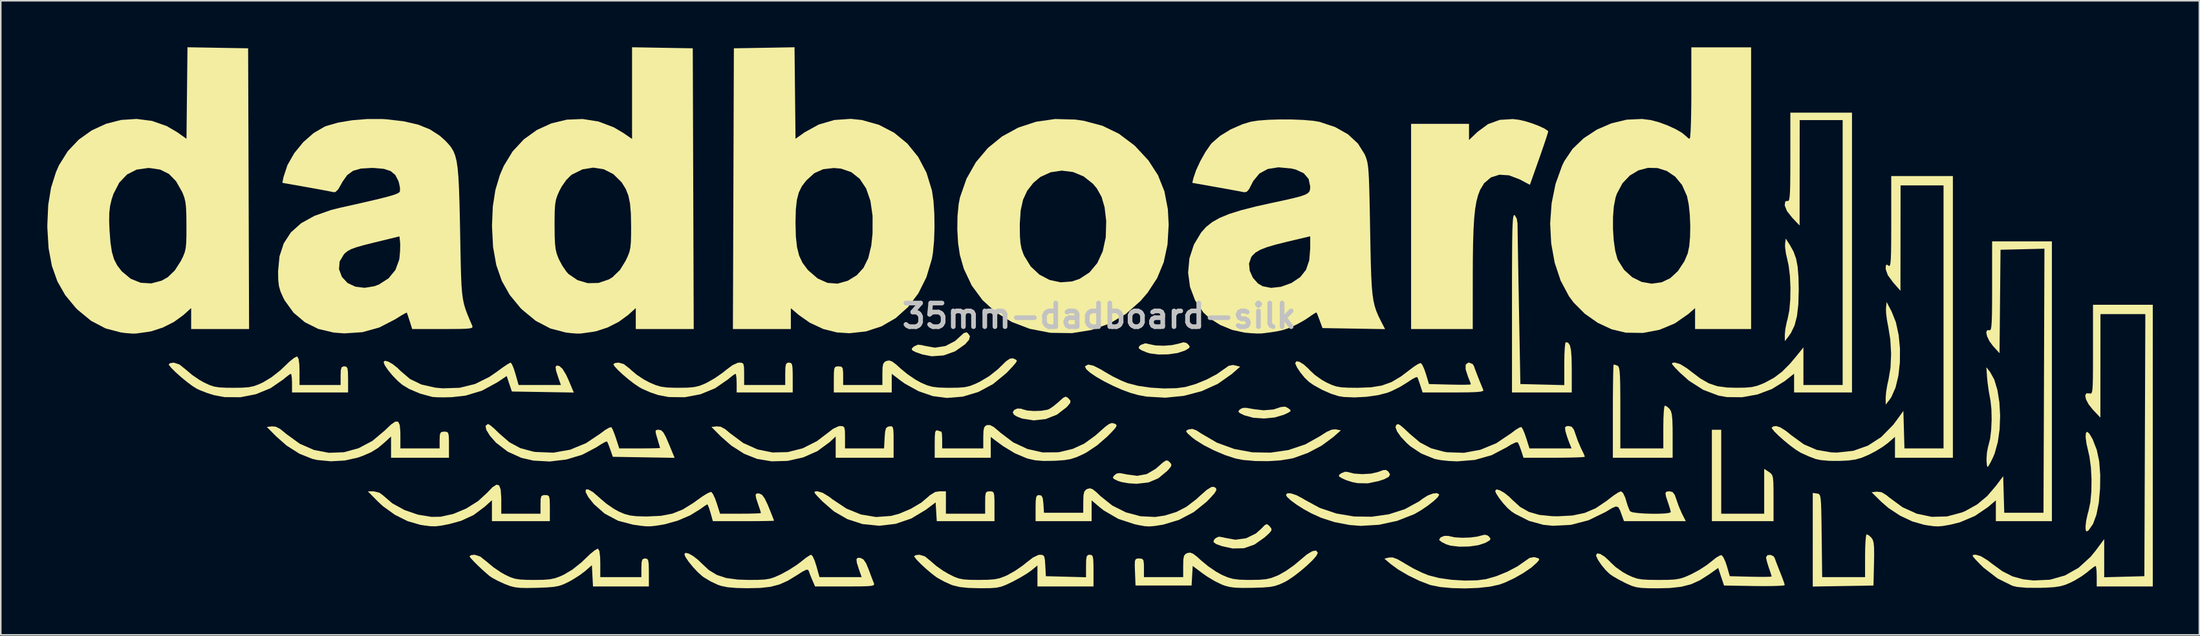
<source format=kicad_pcb>
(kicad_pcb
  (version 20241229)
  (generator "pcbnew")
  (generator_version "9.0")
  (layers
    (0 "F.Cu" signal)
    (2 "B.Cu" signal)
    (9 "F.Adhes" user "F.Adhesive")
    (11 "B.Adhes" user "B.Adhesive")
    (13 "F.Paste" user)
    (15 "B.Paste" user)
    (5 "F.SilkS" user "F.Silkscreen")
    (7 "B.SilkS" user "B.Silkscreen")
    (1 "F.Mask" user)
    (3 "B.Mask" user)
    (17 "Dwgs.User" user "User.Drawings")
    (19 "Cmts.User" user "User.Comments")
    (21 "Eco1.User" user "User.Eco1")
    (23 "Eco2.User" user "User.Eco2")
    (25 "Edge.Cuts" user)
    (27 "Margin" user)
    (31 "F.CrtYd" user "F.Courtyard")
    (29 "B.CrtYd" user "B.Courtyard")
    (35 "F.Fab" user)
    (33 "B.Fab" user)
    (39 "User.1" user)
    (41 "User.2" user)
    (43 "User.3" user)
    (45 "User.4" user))
  (footprint "35mm-dadboard-silk"
    (layer "F.Cu")
    (at 67.771 17.341)
    (property "Reference" "35mm-dadboard-silk" (at 0 0 0) (layer "Dwgs.User") (effects (font (size 1.524 1.524) (thickness 0.3))))
    (attr board_only exclude_from_pos_files exclude_from_bom)
    (fp_poly (pts (xy 40.086 12.76) (xy 42.855 12.76) (xy 42.855 9.866) (xy 43.156 10.063) (xy 43.281 10.154) (xy 43.366 10.264) (xy 43.418 10.438) (xy 43.445 10.72) (xy 43.455 11.156) (xy 43.457 11.751) (xy 43.457 13.242) (xy 39.484 13.242) (xy 39.484 7.343) (xy 40.086 7.343)) (stroke (width 0) (type solid)) (fill yes) (layer "F.SilkS"))
    (fp_poly (pts (xy -8.466 1.1) (xy -8.322 1.302) (xy -8.378 1.534) (xy -8.637 1.83) (xy -9.283 2.283) (xy -10.015 2.545) (xy -10.778 2.601) (xy -11.389 2.484) (xy -11.816 2.334) (xy -12.037 2.219) (xy -12.076 2.113) (xy -11.961 1.992) (xy -11.922 1.964) (xy -11.672 1.851) (xy -11.378 1.888) (xy -11.293 1.916) (xy -10.584 2.045) (xy -9.903 1.941) (xy -9.282 1.615) (xy -8.978 1.341) (xy -8.726 1.11) (xy -8.555 1.056)) (stroke (width 0) (type solid)) (fill yes) (layer "F.SilkS"))
    (fp_poly (pts (xy 12.182 5.95) (xy 12.326 6.064) (xy 12.33 6.15) (xy 12.167 6.254) (xy 11.909 6.374) (xy 11.315 6.55) (xy 10.623 6.616) (xy 9.936 6.569) (xy 9.355 6.41) (xy 9.344 6.405) (xy 9.062 6.266) (xy 8.971 6.167) (xy 9.039 6.061) (xy 9.077 6.028) (xy 9.241 5.938) (xy 9.471 5.926) (xy 9.841 5.989) (xy 9.928 6.008) (xy 10.601 6.087) (xy 11.241 6.033) (xy 11.709 5.877) (xy 11.988 5.851)) (stroke (width 0) (type solid)) (fill yes) (layer "F.SilkS"))
    (fp_poly (pts (xy 51.069 -0.28) (xy 51.341 0.407) (xy 51.518 1.218) (xy 51.604 2.1) (xy 51.598 2.997) (xy 51.503 3.854) (xy 51.32 4.617) (xy 51.051 5.23) (xy 50.923 5.417) (xy 50.685 5.718) (xy 50.682 5.272) (xy 50.712 4.9) (xy 50.792 4.428) (xy 50.86 4.134) (xy 50.993 3.352) (xy 51.033 2.447) (xy 50.981 1.516) (xy 50.852 0.723) (xy 50.761 0.239) (xy 50.707 -0.209) (xy 50.703 -0.505) (xy 50.742 -0.903)) (stroke (width 0) (type solid)) (fill yes) (layer "F.SilkS"))
    (fp_poly (pts (xy 5.623 1.738) (xy 5.734 1.83) (xy 5.841 1.967) (xy 5.795 2.074) (xy 5.565 2.213) (xy 5.523 2.234) (xy 5.059 2.39) (xy 4.464 2.476) (xy 3.839 2.487) (xy 3.285 2.417) (xy 3.091 2.361) (xy 2.719 2.207) (xy 2.554 2.086) (xy 2.572 1.969) (xy 2.691 1.864) (xy 2.981 1.763) (xy 3.21 1.813) (xy 3.618 1.899) (xy 4.148 1.921) (xy 4.69 1.882) (xy 5.135 1.782) (xy 5.139 1.781) (xy 5.435 1.699)) (stroke (width 0) (type solid)) (fill yes) (layer "F.SilkS"))
    (fp_poly (pts (xy 18.634 10.035) (xy 18.635 10.037) (xy 18.746 10.222) (xy 18.663 10.383) (xy 18.369 10.537) (xy 18.03 10.65) (xy 17.314 10.801) (xy 16.658 10.789) (xy 16.311 10.722) (xy 15.939 10.603) (xy 15.658 10.478) (xy 15.459 10.356) (xy 15.461 10.262) (xy 15.594 10.154) (xy 15.846 10.052) (xy 16.007 10.066) (xy 16.426 10.171) (xy 16.965 10.207) (xy 17.513 10.175) (xy 17.959 10.074) (xy 17.993 10.061) (xy 18.307 9.946) (xy 18.492 9.939)) (stroke (width 0) (type solid)) (fill yes) (layer "F.SilkS"))
    (fp_poly (pts (xy 10.928 13.509) (xy 10.998 13.585) (xy 11.102 13.722) (xy 11.103 13.845) (xy 10.973 14.009) (xy 10.687 14.27) (xy 10.666 14.289) (xy 10.01 14.753) (xy 9.334 14.989) (xy 8.601 15.005) (xy 7.915 14.855) (xy 7.533 14.716) (xy 7.369 14.588) (xy 7.403 14.444) (xy 7.521 14.327) (xy 7.725 14.241) (xy 8.022 14.293) (xy 8.081 14.312) (xy 8.787 14.44) (xy 9.477 14.344) (xy 10.102 14.036) (xy 10.453 13.725) (xy 10.672 13.498) (xy 10.806 13.433)) (stroke (width 0) (type solid)) (fill yes) (layer "F.SilkS"))
    (fp_poly (pts (xy 25.041 14.167) (xy 25.124 14.239) (xy 25.222 14.371) (xy 25.166 14.48) (xy 24.923 14.624) (xy 24.903 14.635) (xy 24.437 14.792) (xy 23.84 14.878) (xy 23.21 14.889) (xy 22.645 14.822) (xy 22.36 14.735) (xy 22.078 14.59) (xy 21.921 14.465) (xy 21.909 14.437) (xy 22.011 14.284) (xy 22.249 14.191) (xy 22.518 14.194) (xy 22.571 14.211) (xy 22.911 14.284) (xy 23.389 14.313) (xy 23.905 14.297) (xy 24.361 14.239) (xy 24.55 14.189) (xy 24.848 14.115)) (stroke (width 0) (type solid)) (fill yes) (layer "F.SilkS"))
    (fp_poly (pts (xy 44.514 -4.574) (xy 44.746 -4.155) (xy 44.908 -3.706) (xy 45.011 -3.173) (xy 45.065 -2.504) (xy 45.081 -1.685) (xy 45.054 -0.739) (xy 44.967 0.014) (xy 44.811 0.614) (xy 44.576 1.101) (xy 44.42 1.324) (xy 44.185 1.625) (xy 44.183 1.204) (xy 44.219 0.832) (xy 44.311 0.378) (xy 44.365 0.181) (xy 44.475 -0.363) (xy 44.535 -1.062) (xy 44.548 -1.833) (xy 44.512 -2.596) (xy 44.427 -3.27) (xy 44.355 -3.595) (xy 44.254 -4.038) (xy 44.201 -4.443) (xy 44.201 -4.644) (xy 44.244 -4.996)) (stroke (width 0) (type solid)) (fill yes) (layer "F.SilkS"))
    (fp_poly (pts (xy -2.028 5.268) (xy -1.961 5.331) (xy -1.846 5.473) (xy -1.859 5.607) (xy -2.02 5.807) (xy -2.105 5.897) (xy -2.716 6.368) (xy -3.44 6.653) (xy -4.222 6.738) (xy -4.973 6.619) (xy -5.285 6.494) (xy -5.488 6.372) (xy -5.564 6.21) (xy -5.468 6.063) (xy -5.265 5.972) (xy -5.021 5.982) (xy -4.946 6.014) (xy -4.636 6.1) (xy -4.196 6.134) (xy -3.728 6.118) (xy -3.338 6.052) (xy -3.212 6.005) (xy -2.959 5.837) (xy -2.649 5.582) (xy -2.557 5.498) (xy -2.308 5.277) (xy -2.155 5.206)) (stroke (width 0) (type solid)) (fill yes) (layer "F.SilkS"))
    (fp_poly (pts (xy 4.427 9.334) (xy 4.544 9.428) (xy 4.654 9.568) (xy 4.639 9.703) (xy 4.476 9.907) (xy 4.388 10.001) (xy 3.817 10.475) (xy 3.18 10.744) (xy 2.421 10.829) (xy 2.382 10.829) (xy 1.901 10.797) (xy 1.451 10.72) (xy 1.212 10.645) (xy 0.952 10.518) (xy 0.884 10.419) (xy 0.975 10.289) (xy 0.992 10.272) (xy 1.145 10.162) (xy 1.344 10.14) (xy 1.674 10.202) (xy 1.757 10.223) (xy 2.46 10.316) (xy 3.07 10.203) (xy 3.635 9.871) (xy 3.815 9.717) (xy 4.115 9.451) (xy 4.3 9.33)) (stroke (width 0) (type solid)) (fill yes) (layer "F.SilkS"))
    (fp_poly (pts (xy 46.256 11.458) (xy 46.344 11.475) (xy 46.41 11.52) (xy 46.46 11.621) (xy 46.494 11.808) (xy 46.518 12.112) (xy 46.534 12.562) (xy 46.546 13.188) (xy 46.557 14.021) (xy 46.559 14.175) (xy 46.591 16.853) (xy 49.355 16.853) (xy 49.355 15.469) (xy 49.364 14.924) (xy 49.386 14.48) (xy 49.419 14.184) (xy 49.457 14.084) (xy 49.608 14.165) (xy 49.762 14.309) (xy 49.85 14.442) (xy 49.906 14.64) (xy 49.935 14.947) (xy 49.941 15.409) (xy 49.931 15.964) (xy 49.897 17.395) (xy 47.941 17.428) (xy 45.985 17.461) (xy 45.985 11.419)) (stroke (width 0) (type solid)) (fill yes) (layer "F.SilkS"))
    (fp_poly (pts (xy 57.404 3.604) (xy 57.681 4.105) (xy 57.884 4.781) (xy 58.01 5.577) (xy 58.058 6.438) (xy 58.025 7.31) (xy 57.908 8.138) (xy 57.707 8.868) (xy 57.613 9.097) (xy 57.444 9.444) (xy 57.309 9.681) (xy 57.247 9.751) (xy 57.207 9.643) (xy 57.183 9.371) (xy 57.18 9.217) (xy 57.21 8.798) (xy 57.284 8.42) (xy 57.308 8.346) (xy 57.414 7.915) (xy 57.483 7.328) (xy 57.511 6.667) (xy 57.496 6.015) (xy 57.435 5.453) (xy 57.416 5.357) (xy 57.32 4.821) (xy 57.243 4.251) (xy 57.217 3.973) (xy 57.17 3.31)) (stroke (width 0) (type solid)) (fill yes) (layer "F.SilkS"))
    (fp_poly (pts (xy 63.806 7.593) (xy 64.005 7.93) (xy 64.026 7.975) (xy 64.284 8.64) (xy 64.442 9.381) (xy 64.508 10.252) (xy 64.498 11.125) (xy 64.418 12.046) (xy 64.264 12.821) (xy 64.044 13.422) (xy 63.766 13.82) (xy 63.728 13.855) (xy 63.615 13.908) (xy 63.568 13.787) (xy 63.561 13.587) (xy 63.6 13.227) (xy 63.696 12.781) (xy 63.754 12.58) (xy 63.871 12.027) (xy 63.935 11.32) (xy 63.947 10.54) (xy 63.906 9.766) (xy 63.813 9.08) (xy 63.756 8.83) (xy 63.624 8.248) (xy 63.567 7.817) (xy 63.583 7.553) (xy 63.664 7.472)) (stroke (width 0) (type solid)) (fill yes) (layer "F.SilkS"))
    (fp_poly (pts (xy 33.296 3.167) (xy 33.395 3.203) (xy 33.458 3.253) (xy 33.506 3.369) (xy 33.54 3.579) (xy 33.563 3.914) (xy 33.577 4.403) (xy 33.584 5.074) (xy 33.586 5.911) (xy 33.586 8.547) (xy 36.355 8.547) (xy 36.355 7.163) (xy 36.363 6.618) (xy 36.385 6.174) (xy 36.418 5.878) (xy 36.456 5.778) (xy 36.607 5.858) (xy 36.757 5.998) (xy 36.845 6.138) (xy 36.903 6.358) (xy 36.938 6.7) (xy 36.954 7.21) (xy 36.956 7.684) (xy 36.956 9.149) (xy 33.104 9.149) (xy 33.104 6.139) (xy 33.106 5.317) (xy 33.112 4.58) (xy 33.12 3.961) (xy 33.131 3.492) (xy 33.143 3.206) (xy 33.155 3.13)) (stroke (width 0) (type solid)) (fill yes) (layer "F.SilkS"))
    (fp_poly (pts (xy 6.271 7.383) (xy 6.58 7.585) (xy 7.598 8.179) (xy 8.708 8.583) (xy 9.87 8.798) (xy 11.047 8.82) (xy 12.197 8.651) (xy 13.283 8.288) (xy 14.214 7.767) (xy 14.66 7.481) (xy 14.983 7.337) (xy 15.233 7.315) (xy 15.261 7.32) (xy 15.578 7.381) (xy 15.08 7.822) (xy 14.335 8.37) (xy 13.456 8.835) (xy 12.55 9.163) (xy 12.388 9.204) (xy 11.694 9.317) (xy 10.885 9.369) (xy 10.052 9.361) (xy 9.286 9.294) (xy 8.788 9.198) (xy 8.124 8.981) (xy 7.418 8.682) (xy 6.749 8.341) (xy 6.195 7.994) (xy 5.971 7.819) (xy 5.707 7.581) (xy 5.607 7.449) (xy 5.653 7.373) (xy 5.789 7.316) (xy 6.01 7.287)) (stroke (width 0) (type solid)) (fill yes) (layer "F.SilkS"))
    (fp_poly (pts (xy -0.37 3.205) (xy 0.119 3.452) (xy 0.36 3.601) (xy 0.868 3.895) (xy 1.436 4.172) (xy 1.839 4.335) (xy 2.511 4.509) (xy 3.321 4.625) (xy 4.175 4.677) (xy 4.977 4.66) (xy 5.546 4.585) (xy 6.217 4.393) (xy 6.924 4.104) (xy 7.574 3.761) (xy 8.037 3.437) (xy 8.346 3.22) (xy 8.606 3.164) (xy 8.76 3.189) (xy 9.089 3.273) (xy 8.547 3.748) (xy 7.65 4.38) (xy 6.609 4.852) (xy 5.469 5.153) (xy 4.271 5.274) (xy 3.062 5.204) (xy 2.544 5.111) (xy 2.033 4.968) (xy 1.467 4.759) (xy 0.886 4.502) (xy 0.327 4.221) (xy -0.171 3.936) (xy -0.568 3.668) (xy -0.826 3.438) (xy -0.907 3.268) (xy -0.896 3.24) (xy -0.706 3.135)) (stroke (width 0) (type solid)) (fill yes) (layer "F.SilkS"))
    (fp_poly (pts (xy 21.899 11.502) (xy 21.909 11.548) (xy 21.814 11.704) (xy 21.563 11.941) (xy 21.207 12.22) (xy 20.8 12.501) (xy 20.392 12.743) (xy 20.284 12.8) (xy 19.206 13.222) (xy 18.037 13.475) (xy 16.859 13.546) (xy 16.131 13.488) (xy 15.166 13.303) (xy 14.31 13.025) (xy 13.666 12.733) (xy 13.183 12.467) (xy 12.731 12.18) (xy 12.359 11.906) (xy 12.113 11.679) (xy 12.038 11.546) (xy 12.131 11.439) (xy 12.375 11.451) (xy 12.722 11.568) (xy 13.12 11.779) (xy 13.228 11.848) (xy 14.215 12.386) (xy 15.294 12.749) (xy 16.423 12.939) (xy 17.56 12.956) (xy 18.665 12.799) (xy 19.695 12.47) (xy 20.611 11.969) (xy 20.849 11.791) (xy 21.166 11.59) (xy 21.49 11.465) (xy 21.756 11.43)) (stroke (width 0) (type solid)) (fill yes) (layer "F.SilkS"))
    (fp_poly (pts (xy 27.037 -12.664) (xy 27.452 -12.57) (xy 27.908 -12.427) (xy 28.344 -12.26) (xy 28.697 -12.095) (xy 28.906 -11.955) (xy 28.936 -11.909) (xy 28.903 -11.777) (xy 28.803 -11.461) (xy 28.649 -11.001) (xy 28.455 -10.438) (xy 28.355 -10.153) (xy 27.759 -8.465) (xy 27.091 -8.818) (xy 26.414 -9.076) (xy 25.792 -9.116) (xy 25.25 -8.944) (xy 24.808 -8.567) (xy 24.548 -8.133) (xy 24.419 -7.791) (xy 24.314 -7.392) (xy 24.232 -6.91) (xy 24.17 -6.316) (xy 24.126 -5.585) (xy 24.097 -4.689) (xy 24.082 -3.601) (xy 24.078 -2.558) (xy 24.076 0.843) (xy 20.103 0.843) (xy 20.103 -12.399) (xy 23.835 -12.399) (xy 23.835 -11.357) (xy 24.375 -11.874) (xy 25.057 -12.379) (xy 25.816 -12.656) (xy 26.657 -12.709)) (stroke (width 0) (type solid)) (fill yes) (layer "F.SilkS"))
    (fp_poly (pts (xy 26.783 -6.501) (xy 26.911 -6.281) (xy 26.961 -5.975) (xy 26.963 -5.775) (xy 26.969 -5.363) (xy 26.978 -4.764) (xy 26.991 -4.008) (xy 27.006 -3.121) (xy 27.024 -2.132) (xy 27.044 -1.068) (xy 27.052 -0.602) (xy 27.145 4.394) (xy 29.974 4.462) (xy 29.974 3.073) (xy 29.982 2.528) (xy 30.003 2.083) (xy 30.035 1.786) (xy 30.071 1.685) (xy 30.226 1.732) (xy 30.335 1.892) (xy 30.405 2.197) (xy 30.443 2.677) (xy 30.456 3.363) (xy 30.456 3.455) (xy 30.456 4.936) (xy 26.604 4.936) (xy 26.604 -0.857) (xy 26.604 -2.196) (xy 26.607 -3.313) (xy 26.612 -4.227) (xy 26.619 -4.957) (xy 26.63 -5.521) (xy 26.646 -5.938) (xy 26.666 -6.227) (xy 26.691 -6.407) (xy 26.722 -6.497) (xy 26.76 -6.515)) (stroke (width 0) (type solid)) (fill yes) (layer "F.SilkS"))
    (fp_poly (pts (xy 28.124 15.582) (xy 28.338 15.65) (xy 28.35 15.746) (xy 28.212 15.914) (xy 27.851 16.237) (xy 27.336 16.589) (xy 26.742 16.927) (xy 26.146 17.206) (xy 25.787 17.336) (xy 25.177 17.469) (xy 24.415 17.551) (xy 23.577 17.582) (xy 22.74 17.562) (xy 21.977 17.491) (xy 21.365 17.368) (xy 21.304 17.349) (xy 20.63 17.089) (xy 19.92 16.743) (xy 19.267 16.359) (xy 18.792 16.011) (xy 18.383 15.663) (xy 18.684 15.587) (xy 18.917 15.583) (xy 19.22 15.694) (xy 19.644 15.938) (xy 19.728 15.992) (xy 20.236 16.286) (xy 20.804 16.565) (xy 21.22 16.734) (xy 21.892 16.908) (xy 22.702 17.024) (xy 23.556 17.076) (xy 24.358 17.059) (xy 24.927 16.984) (xy 25.598 16.792) (xy 26.305 16.503) (xy 26.955 16.16) (xy 27.419 15.836) (xy 27.738 15.615) (xy 28.009 15.563)) (stroke (width 0) (type solid)) (fill yes) (layer "F.SilkS"))
    (fp_poly (pts (xy -16.511 7.116) (xy -16.418 7.196) (xy -16.379 7.397) (xy -16.372 7.778) (xy -16.372 7.825) (xy -16.372 8.547) (xy -13.856 8.547) (xy -13.82 7.855) (xy -13.788 7.459) (xy -13.73 7.244) (xy -13.62 7.149) (xy -13.513 7.124) (xy -13.382 7.117) (xy -13.302 7.172) (xy -13.26 7.335) (xy -13.244 7.652) (xy -13.242 8.117) (xy -13.242 9.149) (xy -16.973 9.149) (xy -16.973 7.777) (xy -17.365 8.143) (xy -18.152 8.722) (xy -19.071 9.128) (xy -20.069 9.352) (xy -21.1 9.381) (xy -22.038 9.225) (xy -22.872 8.893) (xy -23.703 8.363) (xy -24.373 7.774) (xy -24.979 7.163) (xy -24.64 7.124) (xy -24.378 7.148) (xy -24.091 7.304) (xy -23.779 7.568) (xy -22.928 8.2) (xy -22.006 8.614) (xy -21.041 8.809) (xy -20.063 8.784) (xy -19.101 8.541) (xy -18.183 8.078) (xy -17.557 7.601) (xy -17.135 7.278) (xy -16.787 7.116) (xy -16.684 7.102)) (stroke (width 0) (type solid)) (fill yes) (layer "F.SilkS"))
    (fp_poly (pts (xy -45.16 6.825) (xy -45.061 7.048) (xy -45.024 7.49) (xy -45.022 7.7) (xy -45.022 8.547) (xy -42.494 8.547) (xy -42.494 8.005) (xy -42.481 7.671) (xy -42.42 7.513) (xy -42.274 7.466) (xy -42.193 7.464) (xy -42.036 7.476) (xy -41.946 7.548) (xy -41.904 7.732) (xy -41.892 8.081) (xy -41.892 8.306) (xy -41.892 9.149) (xy -45.624 9.149) (xy -45.624 7.777) (xy -46.015 8.14) (xy -46.462 8.517) (xy -46.915 8.797) (xy -47.468 9.035) (xy -47.774 9.143) (xy -48.595 9.327) (xy -49.503 9.378) (xy -50.384 9.294) (xy -50.688 9.225) (xy -51.522 8.893) (xy -52.354 8.363) (xy -53.023 7.774) (xy -53.629 7.163) (xy -53.295 7.124) (xy -53.047 7.147) (xy -52.767 7.293) (xy -52.396 7.593) (xy -52.365 7.621) (xy -51.505 8.246) (xy -50.583 8.649) (xy -49.625 8.831) (xy -48.661 8.793) (xy -47.718 8.536) (xy -46.823 8.06) (xy -46.033 7.396) (xy -45.625 7.005) (xy -45.341 6.812)) (stroke (width 0) (type solid)) (fill yes) (layer "F.SilkS"))
    (fp_poly (pts (xy -9.871 12.76) (xy -7.343 12.76) (xy -7.343 12.038) (xy -7.337 11.638) (xy -7.302 11.422) (xy -7.215 11.333) (xy -7.053 11.316) (xy -7.042 11.316) (xy -6.893 11.326) (xy -6.804 11.389) (xy -6.759 11.555) (xy -6.743 11.873) (xy -6.741 12.279) (xy -6.741 13.242) (xy -10.46 13.242) (xy -10.497 12.637) (xy -10.533 12.031) (xy -11.166 12.508) (xy -12.1 13.069) (xy -13.111 13.415) (xy -14.162 13.539) (xy -15.219 13.433) (xy -15.258 13.424) (xy -16.223 13.111) (xy -17.085 12.612) (xy -17.827 11.967) (xy -18.147 11.638) (xy -18.314 11.444) (xy -18.344 11.349) (xy -18.256 11.318) (xy -18.141 11.316) (xy -17.818 11.408) (xy -17.389 11.67) (xy -17.181 11.83) (xy -16.28 12.432) (xy -15.335 12.815) (xy -14.37 12.974) (xy -13.409 12.904) (xy -12.891 12.765) (xy -12.133 12.446) (xy -11.455 12.043) (xy -10.935 11.602) (xy -10.906 11.57) (xy -10.559 11.356) (xy -10.274 11.316) (xy -9.871 11.316)) (stroke (width 0) (type solid)) (fill yes) (layer "F.SilkS"))
    (fp_poly (pts (xy -38.657 10.933) (xy -38.56 11.203) (xy -38.523 11.701) (xy -38.521 11.87) (xy -38.521 12.76) (xy -35.993 12.76) (xy -35.993 12.158) (xy -35.984 11.801) (xy -35.934 11.623) (xy -35.813 11.562) (xy -35.692 11.556) (xy -35.535 11.569) (xy -35.445 11.641) (xy -35.404 11.825) (xy -35.392 12.174) (xy -35.391 12.399) (xy -35.391 13.242) (xy -39.123 13.242) (xy -39.123 11.89) (xy -39.599 12.32) (xy -40.309 12.849) (xy -41.115 13.221) (xy -41.875 13.429) (xy -42.378 13.529) (xy -42.753 13.574) (xy -43.103 13.567) (xy -43.534 13.51) (xy -43.746 13.476) (xy -44.557 13.241) (xy -45.384 12.827) (xy -46.149 12.275) (xy -46.462 11.984) (xy -47.12 11.316) (xy -46.752 11.316) (xy -46.379 11.404) (xy -46.164 11.558) (xy -45.539 12.093) (xy -44.758 12.523) (xy -43.893 12.823) (xy -43.016 12.965) (xy -42.435 12.956) (xy -41.613 12.776) (xy -40.778 12.425) (xy -40.018 11.948) (xy -39.451 11.428) (xy -39.089 11.052) (xy -38.829 10.885)) (stroke (width 0) (type solid)) (fill yes) (layer "F.SilkS"))
    (fp_poly (pts (xy -45.817 2.938) (xy -45.53 3.099) (xy -45.213 3.349) (xy -45.02 3.54) (xy -44.402 4.067) (xy -43.666 4.424) (xy -42.78 4.625) (xy -42.293 4.669) (xy -41.205 4.634) (xy -40.215 4.392) (xy -39.281 3.929) (xy -38.819 3.609) (xy -38.441 3.332) (xy -38.132 3.123) (xy -37.944 3.016) (xy -37.919 3.009) (xy -37.833 3.116) (xy -37.717 3.393) (xy -37.609 3.732) (xy -37.406 4.454) (xy -34.68 4.454) (xy -34.855 3.957) (xy -34.992 3.526) (xy -35.023 3.282) (xy -34.944 3.197) (xy -34.78 3.23) (xy -34.577 3.41) (xy -34.344 3.794) (xy -34.188 4.132) (xy -33.847 4.941) (xy -35.843 4.908) (xy -37.839 4.875) (xy -38.006 4.376) (xy -38.172 3.876) (xy -38.766 4.276) (xy -39.768 4.822) (xy -40.827 5.141) (xy -41.711 5.24) (xy -42.21 5.252) (xy -42.649 5.247) (xy -42.945 5.226) (xy -42.975 5.221) (xy -43.74 5.014) (xy -44.452 4.713) (xy -44.892 4.447) (xy -45.204 4.181) (xy -45.53 3.842) (xy -45.821 3.488) (xy -46.029 3.179) (xy -46.105 2.978) (xy -46.025 2.889)) (stroke (width 0) (type solid)) (fill yes) (layer "F.SilkS"))
    (fp_poly (pts (xy 7.533 11.111) (xy 7.556 11.238) (xy 7.44 11.437) (xy 7.168 11.742) (xy 6.925 11.991) (xy 6.104 12.654) (xy 5.153 13.157) (xy 4.144 13.463) (xy 4.019 13.485) (xy 3.56 13.556) (xy 3.233 13.583) (xy 2.933 13.565) (xy 2.557 13.497) (xy 2.287 13.439) (xy 1.237 13.095) (xy 0.3 12.55) (xy 0.021 12.329) (xy -0.482 11.899) (xy -0.482 13.242) (xy -4.093 13.242) (xy -4.093 12.399) (xy -4.086 11.956) (xy -4.056 11.701) (xy -3.989 11.585) (xy -3.87 11.556) (xy -3.859 11.556) (xy -3.711 11.598) (xy -3.631 11.76) (xy -3.59 12.101) (xy -3.588 12.128) (xy -3.551 12.7) (xy -1.023 12.7) (xy -1.02 11.989) (xy -1.007 11.577) (xy -0.955 11.338) (xy -0.845 11.208) (xy -0.756 11.16) (xy -0.59 11.121) (xy -0.414 11.181) (xy -0.175 11.371) (xy 0.084 11.621) (xy 0.85 12.234) (xy 1.726 12.673) (xy 2.662 12.924) (xy 3.608 12.971) (xy 4.228 12.88) (xy 4.975 12.65) (xy 5.621 12.318) (xy 6.253 11.834) (xy 6.509 11.599) (xy 6.933 11.226) (xy 7.228 11.041) (xy 7.387 11.025)) (stroke (width 0) (type solid)) (fill yes) (layer "F.SilkS"))
    (fp_poly (pts (xy 61.393 13.242) (xy 57.782 13.242) (xy 57.782 11.899) (xy 57.275 12.333) (xy 56.431 12.908) (xy 55.458 13.318) (xy 54.841 13.471) (xy 54.406 13.547) (xy 54.09 13.58) (xy 53.792 13.569) (xy 53.408 13.517) (xy 53.159 13.476) (xy 52.404 13.261) (xy 51.611 12.886) (xy 50.865 12.395) (xy 50.409 12.001) (xy 49.777 11.376) (xy 50.114 11.337) (xy 50.416 11.373) (xy 50.748 11.574) (xy 50.896 11.7) (xy 51.763 12.34) (xy 52.691 12.762) (xy 53.656 12.963) (xy 54.631 12.937) (xy 55.593 12.681) (xy 55.813 12.587) (xy 56.579 12.161) (xy 57.227 11.619) (xy 57.786 10.964) (xy 58.255 10.34) (xy 58.289 11.52) (xy 58.324 12.7) (xy 60.852 12.7) (xy 60.883 4.179) (xy 60.913 -4.341) (xy 59.498 -4.307) (xy 58.083 -4.273) (xy 58.019 2.404) (xy 57.6 1.94) (xy 57.368 1.627) (xy 57.219 1.319) (xy 57.164 1.066) (xy 57.216 0.919) (xy 57.361 0.92) (xy 57.418 0.916) (xy 57.462 0.84) (xy 57.494 0.663) (xy 57.516 0.361) (xy 57.531 -0.094) (xy 57.538 -0.728) (xy 57.541 -1.567) (xy 57.541 -1.913) (xy 57.541 -4.815) (xy 61.393 -4.815)) (stroke (width 0) (type solid)) (fill yes) (layer "F.SilkS"))
    (fp_poly (pts (xy -39.216 7.063) (xy -38.968 7.274) (xy -38.668 7.567) (xy -38.001 8.147) (xy -37.295 8.529) (xy -36.474 8.751) (xy -36.3 8.778) (xy -35.171 8.822) (xy -34.086 8.63) (xy -33.059 8.208) (xy -32.16 7.605) (xy -31.828 7.358) (xy -31.564 7.205) (xy -31.424 7.178) (xy -31.421 7.181) (xy -31.334 7.346) (xy -31.211 7.66) (xy -31.123 7.915) (xy -30.918 8.547) (xy -29.604 8.547) (xy -29.074 8.544) (xy -28.646 8.537) (xy -28.37 8.527) (xy -28.29 8.517) (xy -28.323 8.395) (xy -28.405 8.117) (xy -28.465 7.915) (xy -28.563 7.576) (xy -28.579 7.407) (xy -28.503 7.349) (xy -28.368 7.343) (xy -28.214 7.381) (xy -28.074 7.522) (xy -27.916 7.809) (xy -27.725 8.249) (xy -27.352 9.155) (xy -29.343 9.122) (xy -31.335 9.089) (xy -31.498 8.616) (xy -31.611 8.31) (xy -31.695 8.118) (xy -31.711 8.095) (xy -31.827 8.131) (xy -32.083 8.275) (xy -32.402 8.48) (xy -33.305 8.955) (xy -34.323 9.262) (xy -35.395 9.391) (xy -36.456 9.333) (xy -37.221 9.157) (xy -38.104 8.759) (xy -38.858 8.18) (xy -39.262 7.717) (xy -39.486 7.348) (xy -39.536 7.098) (xy -39.409 6.986) (xy -39.353 6.982)) (stroke (width 0) (type solid)) (fill yes) (layer "F.SilkS"))
    (fp_poly (pts (xy -5.542 2.733) (xy -5.344 2.828) (xy -5.297 2.903) (xy -5.377 3.032) (xy -5.589 3.281) (xy -5.893 3.602) (xy -5.991 3.702) (xy -6.844 4.401) (xy -7.788 4.907) (xy -8.788 5.206) (xy -9.809 5.29) (xy -10.716 5.172) (xy -11.633 4.855) (xy -12.519 4.365) (xy -12.79 4.171) (xy -13.362 3.733) (xy -13.362 4.936) (xy -17.094 4.936) (xy -17.094 4.093) (xy -17.089 3.653) (xy -17.064 3.401) (xy -16.998 3.285) (xy -16.873 3.252) (xy -16.793 3.25) (xy -16.614 3.27) (xy -16.525 3.369) (xy -16.495 3.611) (xy -16.492 3.852) (xy -16.492 4.454) (xy -13.964 4.454) (xy -13.964 3.728) (xy -13.954 3.316) (xy -13.908 3.079) (xy -13.807 2.955) (xy -13.693 2.9) (xy -13.52 2.871) (xy -13.329 2.942) (xy -13.067 3.14) (xy -12.791 3.391) (xy -12.347 3.758) (xy -11.841 4.103) (xy -11.466 4.31) (xy -11.093 4.47) (xy -10.752 4.567) (xy -10.361 4.617) (xy -9.837 4.634) (xy -9.628 4.635) (xy -9.064 4.627) (xy -8.658 4.594) (xy -8.324 4.518) (xy -7.98 4.383) (xy -7.689 4.244) (xy -7.065 3.871) (xy -6.497 3.416) (xy -6.342 3.261) (xy -5.995 2.921) (xy -5.744 2.753) (xy -5.549 2.731)) (stroke (width 0) (type solid)) (fill yes) (layer "F.SilkS"))
    (fp_poly (pts (xy 48.513 4.936) (xy 44.781 4.936) (xy 44.781 3.726) (xy 44.179 4.202) (xy 43.358 4.712) (xy 42.42 5.065) (xy 41.429 5.244) (xy 40.452 5.236) (xy 39.906 5.138) (xy 38.927 4.767) (xy 38.005 4.177) (xy 37.427 3.661) (xy 37.107 3.332) (xy 36.94 3.138) (xy 36.91 3.043) (xy 36.998 3.012) (xy 37.113 3.009) (xy 37.437 3.104) (xy 37.881 3.378) (xy 38.13 3.571) (xy 38.747 4.037) (xy 39.29 4.348) (xy 39.836 4.532) (xy 40.467 4.617) (xy 41.049 4.633) (xy 41.628 4.625) (xy 42.05 4.588) (xy 42.398 4.508) (xy 42.755 4.37) (xy 42.915 4.297) (xy 43.495 3.982) (xy 44.01 3.592) (xy 44.522 3.076) (xy 44.916 2.607) (xy 45.383 2.025) (xy 45.383 4.454) (xy 47.911 4.454) (xy 47.911 -12.64) (xy 45.142 -12.64) (xy 45.139 -9.239) (xy 45.136 -5.838) (xy 44.658 -6.345) (xy 44.322 -6.77) (xy 44.182 -7.12) (xy 44.179 -7.171) (xy 44.216 -7.397) (xy 44.344 -7.425) (xy 44.36 -7.42) (xy 44.417 -7.423) (xy 44.461 -7.5) (xy 44.493 -7.677) (xy 44.516 -7.98) (xy 44.53 -8.436) (xy 44.537 -9.071) (xy 44.54 -9.912) (xy 44.54 -10.236) (xy 44.54 -13.121) (xy 48.513 -13.121)) (stroke (width 0) (type solid)) (fill yes) (layer "F.SilkS"))
    (fp_poly (pts (xy 0.976 6.938) (xy 0.989 6.944) (xy 1.103 7.01) (xy 1.125 7.098) (xy 1.035 7.246) (xy 0.81 7.493) (xy 0.518 7.788) (xy -0.119 8.343) (xy -0.798 8.798) (xy -1.009 8.91) (xy -1.445 9.109) (xy -1.827 9.233) (xy -2.247 9.304) (xy -2.798 9.342) (xy -2.92 9.347) (xy -3.588 9.356) (xy -4.105 9.315) (xy -4.558 9.215) (xy -4.695 9.172) (xy -5.428 8.861) (xy -6.19 8.398) (xy -6.651 8.06) (xy -6.982 7.805) (xy -6.982 9.149) (xy -10.593 9.149) (xy -10.593 8.233) (xy -10.587 7.768) (xy -10.561 7.5) (xy -10.506 7.388) (xy -10.412 7.387) (xy -10.403 7.39) (xy -10.211 7.454) (xy -10.162 7.464) (xy -10.132 7.571) (xy -10.114 7.844) (xy -10.112 8.005) (xy -10.112 8.547) (xy -7.464 8.547) (xy -7.464 7.833) (xy -7.452 7.423) (xy -7.405 7.191) (xy -7.303 7.076) (xy -7.216 7.04) (xy -7.025 7.041) (xy -6.779 7.173) (xy -6.433 7.463) (xy -6.37 7.522) (xy -5.534 8.156) (xy -4.612 8.587) (xy -3.642 8.805) (xy -2.659 8.797) (xy -2.528 8.778) (xy -1.694 8.576) (xy -0.957 8.236) (xy -0.244 7.72) (xy 0.019 7.487) (xy 0.389 7.156) (xy 0.641 6.972) (xy 0.82 6.909)) (stroke (width 0) (type solid)) (fill yes) (layer "F.SilkS"))
    (fp_poly (pts (xy 55.013 9.149) (xy 51.282 9.149) (xy 51.282 7.8) (xy 50.836 8.191) (xy 50.488 8.449) (xy 50.024 8.732) (xy 49.602 8.951) (xy 49.152 9.144) (xy 48.749 9.261) (xy 48.296 9.325) (xy 47.73 9.354) (xy 47.049 9.35) (xy 46.484 9.298) (xy 46.165 9.228) (xy 45.736 9.064) (xy 45.28 8.859) (xy 45.188 8.813) (xy 44.892 8.629) (xy 44.526 8.359) (xy 44.141 8.044) (xy 43.784 7.727) (xy 43.504 7.45) (xy 43.351 7.256) (xy 43.336 7.211) (xy 43.439 7.129) (xy 43.63 7.102) (xy 43.898 7.189) (xy 44.278 7.433) (xy 44.609 7.701) (xy 45.407 8.282) (xy 46.242 8.642) (xy 47.169 8.802) (xy 47.55 8.814) (xy 48.589 8.703) (xy 49.539 8.368) (xy 50.396 7.813) (xy 51.154 7.04) (xy 51.342 6.794) (xy 51.823 6.128) (xy 51.858 7.337) (xy 51.892 8.547) (xy 54.411 8.547) (xy 54.411 -8.427) (xy 51.643 -8.427) (xy 51.639 -5.026) (xy 51.635 -1.625) (xy 51.161 -2.167) (xy 50.819 -2.635) (xy 50.685 -3.018) (xy 50.683 -3.054) (xy 50.699 -3.283) (xy 50.775 -3.311) (xy 50.86 -3.25) (xy 50.917 -3.226) (xy 50.96 -3.275) (xy 50.992 -3.423) (xy 51.015 -3.696) (xy 51.029 -4.119) (xy 51.037 -4.717) (xy 51.04 -5.516) (xy 51.041 -6.064) (xy 51.041 -9.028) (xy 55.013 -9.028)) (stroke (width 0) (type solid)) (fill yes) (layer "F.SilkS"))
    (fp_poly (pts (xy -51.673 2.617) (xy -51.583 2.761) (xy -51.534 3.125) (xy -51.522 3.561) (xy -51.522 4.454) (xy -48.874 4.454) (xy -48.874 3.852) (xy -48.861 3.491) (xy -48.807 3.311) (xy -48.689 3.253) (xy -48.633 3.25) (xy -48.507 3.273) (xy -48.434 3.375) (xy -48.401 3.609) (xy -48.392 4.026) (xy -48.392 4.093) (xy -48.392 4.936) (xy -52.004 4.936) (xy -52.004 4.334) (xy -52.017 3.99) (xy -52.051 3.772) (xy -52.078 3.732) (xy -52.206 3.804) (xy -52.441 3.988) (xy -52.563 4.092) (xy -53.385 4.66) (xy -54.327 5.048) (xy -55.335 5.245) (xy -56.358 5.237) (xy -57.03 5.111) (xy -57.499 4.962) (xy -57.96 4.781) (xy -58.127 4.703) (xy -58.413 4.525) (xy -58.771 4.258) (xy -59.152 3.946) (xy -59.505 3.63) (xy -59.782 3.355) (xy -59.934 3.162) (xy -59.949 3.118) (xy -59.845 3.04) (xy -59.618 3.013) (xy -59.254 3.133) (xy -58.823 3.481) (xy -58.821 3.482) (xy -58.442 3.804) (xy -57.97 4.126) (xy -57.678 4.291) (xy -57.335 4.452) (xy -57.032 4.554) (xy -56.692 4.609) (xy -56.243 4.631) (xy -55.796 4.635) (xy -55.214 4.628) (xy -54.797 4.597) (xy -54.465 4.529) (xy -54.143 4.41) (xy -53.87 4.283) (xy -53.331 3.958) (xy -52.773 3.521) (xy -52.485 3.248) (xy -52.156 2.934) (xy -51.876 2.71) (xy -51.696 2.616)) (stroke (width 0) (type solid)) (fill yes) (layer "F.SilkS"))
    (fp_poly (pts (xy -19.863 3.03) (xy -19.791 3.122) (xy -19.755 3.336) (xy -19.743 3.719) (xy -19.742 3.973) (xy -19.742 4.936) (xy -23.354 4.936) (xy -23.354 4.334) (xy -23.367 3.99) (xy -23.401 3.772) (xy -23.428 3.732) (xy -23.555 3.804) (xy -23.791 3.988) (xy -23.913 4.092) (xy -24.74 4.664) (xy -25.685 5.052) (xy -26.699 5.245) (xy -27.731 5.232) (xy -28.407 5.104) (xy -28.904 4.936) (xy -29.411 4.714) (xy -29.609 4.608) (xy -29.944 4.385) (xy -30.323 4.093) (xy -30.697 3.775) (xy -31.017 3.475) (xy -31.233 3.236) (xy -31.299 3.113) (xy -31.194 3.038) (xy -30.962 3.009) (xy -30.632 3.102) (xy -30.253 3.394) (xy -30.164 3.481) (xy -29.796 3.792) (xy -29.322 4.105) (xy -28.966 4.294) (xy -28.575 4.461) (xy -28.228 4.563) (xy -27.841 4.615) (xy -27.331 4.633) (xy -27.085 4.634) (xy -26.51 4.625) (xy -26.095 4.589) (xy -25.76 4.512) (xy -25.424 4.378) (xy -25.265 4.301) (xy -24.779 4.025) (xy -24.283 3.683) (xy -24.042 3.489) (xy -23.632 3.181) (xy -23.287 3.023) (xy -23.185 3.009) (xy -23.011 3.023) (xy -22.918 3.103) (xy -22.88 3.304) (xy -22.872 3.685) (xy -22.872 3.732) (xy -22.872 4.454) (xy -20.224 4.454) (xy -20.224 3.732) (xy -20.215 3.328) (xy -20.176 3.11) (xy -20.09 3.023) (xy -19.983 3.009)) (stroke (width 0) (type solid)) (fill yes) (layer "F.SilkS"))
    (fp_poly (pts (xy 19.418 7.061) (xy 19.665 7.271) (xy 19.977 7.567) (xy 20.011 7.601) (xy 20.679 8.164) (xy 21.395 8.539) (xy 22.233 8.763) (xy 22.432 8.795) (xy 23.509 8.83) (xy 24.572 8.633) (xy 25.589 8.214) (xy 26.534 7.58) (xy 26.546 7.57) (xy 26.859 7.334) (xy 27.104 7.19) (xy 27.213 7.167) (xy 27.303 7.309) (xy 27.428 7.609) (xy 27.524 7.889) (xy 27.731 8.547) (xy 30.444 8.547) (xy 30.285 8.156) (xy 30.149 7.777) (xy 30.048 7.433) (xy 30.018 7.196) (xy 30.119 7.111) (xy 30.254 7.102) (xy 30.452 7.149) (xy 30.589 7.327) (xy 30.691 7.614) (xy 30.849 8.063) (xy 31.039 8.507) (xy 31.071 8.572) (xy 31.213 8.865) (xy 31.292 9.056) (xy 31.299 9.084) (xy 31.185 9.106) (xy 30.87 9.124) (xy 30.394 9.138) (xy 29.797 9.147) (xy 29.322 9.149) (xy 27.345 9.149) (xy 27.2 8.697) (xy 27.087 8.384) (xy 26.987 8.174) (xy 26.97 8.151) (xy 26.833 8.163) (xy 26.564 8.289) (xy 26.253 8.48) (xy 25.284 8.988) (xy 24.202 9.291) (xy 23.07 9.382) (xy 22.534 9.358) (xy 22.025 9.305) (xy 21.643 9.232) (xy 21.608 9.221) (xy 20.76 8.877) (xy 20.06 8.413) (xy 19.823 8.203) (xy 19.443 7.799) (xy 19.197 7.446) (xy 19.098 7.175) (xy 19.158 7.014) (xy 19.286 6.982)) (stroke (width 0) (type solid)) (fill yes) (layer "F.SilkS"))
    (fp_poly (pts (xy 67.894 17.455) (xy 64.282 17.455) (xy 64.282 16.793) (xy 64.27 16.43) (xy 64.239 16.19) (xy 64.208 16.131) (xy 64.081 16.204) (xy 63.844 16.388) (xy 63.702 16.51) (xy 63.34 16.779) (xy 62.882 17.058) (xy 62.603 17.202) (xy 62.26 17.348) (xy 61.929 17.443) (xy 61.54 17.501) (xy 61.024 17.533) (xy 60.611 17.545) (xy 59.765 17.541) (xy 59.152 17.487) (xy 58.847 17.413) (xy 57.889 16.936) (xy 56.993 16.244) (xy 56.763 16.02) (xy 56.458 15.703) (xy 56.305 15.52) (xy 56.289 15.435) (xy 56.394 15.41) (xy 56.494 15.409) (xy 56.818 15.503) (xy 57.26 15.776) (xy 57.511 15.97) (xy 58.204 16.474) (xy 58.855 16.805) (xy 59.546 16.995) (xy 60.215 17.069) (xy 61.266 17.021) (xy 62.233 16.747) (xy 63.11 16.252) (xy 63.893 15.536) (xy 64.22 15.132) (xy 64.764 14.4) (xy 64.764 16.861) (xy 66.058 16.827) (xy 67.352 16.793) (xy 67.383 8.336) (xy 67.414 -0.12) (xy 64.523 -0.12) (xy 64.517 6.561) (xy 64.039 6.054) (xy 63.761 5.705) (xy 63.591 5.383) (xy 63.54 5.131) (xy 63.616 4.991) (xy 63.801 4.996) (xy 63.876 5.013) (xy 63.934 4.991) (xy 63.977 4.903) (xy 64.006 4.721) (xy 64.025 4.418) (xy 64.036 3.966) (xy 64.04 3.338) (xy 64.042 2.506) (xy 64.042 2.175) (xy 64.042 -0.722) (xy 67.894 -0.722)) (stroke (width 0) (type solid)) (fill yes) (layer "F.SilkS"))
    (fp_poly (pts (xy -32.199 15.172) (xy -32.151 15.557) (xy -32.141 15.96) (xy -32.141 16.853) (xy -29.493 16.853) (xy -29.493 16.251) (xy -29.48 15.89) (xy -29.426 15.71) (xy -29.308 15.652) (xy -29.252 15.649) (xy -29.129 15.671) (xy -29.057 15.768) (xy -29.022 15.991) (xy -29.012 16.39) (xy -29.011 16.552) (xy -29.011 17.455) (xy -32.611 17.455) (xy -32.683 16.084) (xy -33.104 16.452) (xy -33.456 16.719) (xy -33.904 17.005) (xy -34.188 17.163) (xy -34.505 17.315) (xy -34.797 17.417) (xy -35.13 17.481) (xy -35.568 17.518) (xy -36.177 17.542) (xy -36.234 17.544) (xy -36.859 17.556) (xy -37.31 17.546) (xy -37.653 17.506) (xy -37.955 17.428) (xy -38.283 17.303) (xy -38.321 17.287) (xy -38.74 17.094) (xy -39.102 16.899) (xy -39.284 16.776) (xy -39.639 16.468) (xy -39.991 16.141) (xy -40.294 15.84) (xy -40.501 15.611) (xy -40.568 15.504) (xy -40.464 15.434) (xy -40.241 15.409) (xy -39.883 15.522) (xy -39.449 15.863) (xy -39.429 15.882) (xy -39.032 16.214) (xy -38.551 16.541) (xy -38.281 16.695) (xy -37.945 16.854) (xy -37.645 16.954) (xy -37.307 17.008) (xy -36.856 17.03) (xy -36.415 17.034) (xy -35.824 17.026) (xy -35.397 16.993) (xy -35.054 16.922) (xy -34.72 16.8) (xy -34.508 16.704) (xy -33.94 16.368) (xy -33.355 15.9) (xy -33.118 15.673) (xy -32.783 15.353) (xy -32.499 15.123) (xy -32.314 15.02) (xy -32.286 15.019)) (stroke (width 0) (type solid)) (fill yes) (layer "F.SilkS"))
    (fp_poly (pts (xy 14.081 15.259) (xy 14.084 15.31) (xy 13.993 15.489) (xy 13.75 15.766) (xy 13.401 16.1) (xy 12.991 16.452) (xy 12.567 16.782) (xy 12.173 17.05) (xy 11.96 17.169) (xy 11.625 17.323) (xy 11.322 17.425) (xy 10.986 17.488) (xy 10.55 17.523) (xy 9.946 17.542) (xy 9.871 17.544) (xy 9.223 17.55) (xy 8.751 17.533) (xy 8.392 17.485) (xy 8.081 17.399) (xy 7.885 17.324) (xy 7.446 17.107) (xy 6.955 16.812) (xy 6.657 16.604) (xy 6.031 16.132) (xy 5.995 16.764) (xy 5.959 17.395) (xy 2.347 17.395) (xy 2.312 16.522) (xy 2.297 16.073) (xy 2.309 15.812) (xy 2.364 15.689) (xy 2.477 15.652) (xy 2.583 15.649) (xy 2.765 15.668) (xy 2.855 15.766) (xy 2.886 16.003) (xy 2.889 16.251) (xy 2.889 16.853) (xy 5.417 16.853) (xy 5.417 16.127) (xy 5.427 15.715) (xy 5.473 15.479) (xy 5.574 15.354) (xy 5.688 15.299) (xy 5.861 15.27) (xy 6.052 15.341) (xy 6.314 15.539) (xy 6.59 15.79) (xy 7.034 16.157) (xy 7.54 16.502) (xy 7.915 16.709) (xy 8.289 16.869) (xy 8.63 16.966) (xy 9.023 17.016) (xy 9.547 17.033) (xy 9.751 17.034) (xy 10.333 17.024) (xy 10.757 16.986) (xy 11.106 16.905) (xy 11.461 16.767) (xy 11.59 16.708) (xy 12.041 16.451) (xy 12.545 16.097) (xy 12.975 15.737) (xy 13.395 15.384) (xy 13.736 15.181) (xy 13.973 15.136)) (stroke (width 0) (type solid)) (fill yes) (layer "F.SilkS"))
    (fp_poly (pts (xy -0.485 15.428) (xy -0.413 15.516) (xy -0.376 15.721) (xy -0.363 16.09) (xy -0.361 16.432) (xy -0.361 17.455) (xy -3.973 17.455) (xy -3.973 16.1) (xy -4.364 16.421) (xy -4.67 16.636) (xy -5.103 16.896) (xy -5.573 17.148) (xy -5.594 17.158) (xy -5.987 17.346) (xy -6.301 17.467) (xy -6.613 17.535) (xy -6.996 17.564) (xy -7.525 17.57) (xy -7.701 17.57) (xy -8.427 17.55) (xy -8.974 17.493) (xy -9.401 17.391) (xy -9.53 17.345) (xy -9.963 17.15) (xy -10.377 16.924) (xy -10.493 16.85) (xy -10.801 16.616) (xy -11.147 16.322) (xy -11.478 16.015) (xy -11.746 15.742) (xy -11.899 15.55) (xy -11.918 15.504) (xy -11.813 15.435) (xy -11.58 15.409) (xy -11.226 15.513) (xy -10.834 15.834) (xy -10.828 15.841) (xy -10.49 16.133) (xy -10.044 16.446) (xy -9.691 16.653) (xy -9.336 16.83) (xy -9.038 16.941) (xy -8.72 17.002) (xy -8.308 17.028) (xy -7.764 17.033) (xy -7.171 17.025) (xy -6.743 16.992) (xy -6.403 16.922) (xy -6.077 16.801) (xy -5.899 16.719) (xy -5.417 16.449) (xy -4.917 16.103) (xy -4.676 15.907) (xy -4.267 15.593) (xy -3.925 15.427) (xy -3.81 15.409) (xy -3.636 15.426) (xy -3.539 15.517) (xy -3.492 15.739) (xy -3.467 16.101) (xy -3.431 16.793) (xy -2.137 16.827) (xy -0.843 16.861) (xy -0.843 16.135) (xy -0.834 15.73) (xy -0.796 15.511) (xy -0.71 15.422) (xy -0.602 15.409)) (stroke (width 0) (type solid)) (fill yes) (layer "F.SilkS"))
    (fp_poly (pts (xy 25.809 11.244) (xy 26.096 11.405) (xy 26.413 11.655) (xy 26.606 11.846) (xy 27.126 12.32) (xy 27.698 12.645) (xy 28.373 12.839) (xy 29.202 12.921) (xy 29.553 12.927) (xy 30.5 12.877) (xy 31.295 12.71) (xy 32.006 12.403) (xy 32.703 11.932) (xy 32.813 11.845) (xy 33.161 11.579) (xy 33.454 11.389) (xy 33.627 11.316) (xy 33.629 11.316) (xy 33.76 11.425) (xy 33.896 11.712) (xy 33.95 11.887) (xy 34.064 12.255) (xy 34.177 12.534) (xy 34.221 12.61) (xy 34.376 12.67) (xy 34.699 12.716) (xy 35.13 12.748) (xy 35.609 12.763) (xy 36.079 12.762) (xy 36.479 12.743) (xy 36.751 12.705) (xy 36.836 12.655) (xy 36.799 12.485) (xy 36.705 12.182) (xy 36.655 12.038) (xy 36.526 11.647) (xy 36.492 11.431) (xy 36.559 11.337) (xy 36.736 11.316) (xy 36.757 11.316) (xy 36.953 11.363) (xy 37.091 11.544) (xy 37.192 11.827) (xy 37.35 12.278) (xy 37.542 12.725) (xy 37.574 12.79) (xy 37.804 13.242) (xy 33.821 13.242) (xy 33.701 12.911) (xy 33.564 12.537) (xy 33.448 12.336) (xy 33.297 12.294) (xy 33.054 12.397) (xy 32.661 12.632) (xy 32.623 12.655) (xy 31.536 13.184) (xy 30.401 13.48) (xy 29.234 13.54) (xy 28.625 13.478) (xy 27.704 13.225) (xy 26.796 12.764) (xy 26.563 12.608) (xy 26.312 12.388) (xy 26.03 12.078) (xy 25.77 11.744) (xy 25.583 11.454) (xy 25.52 11.285) (xy 25.601 11.195)) (stroke (width 0) (type solid)) (fill yes) (layer "F.SilkS"))
    (fp_poly (pts (xy -26.436 15.336) (xy -26.149 15.499) (xy -25.833 15.747) (xy -25.638 15.939) (xy -25.151 16.394) (xy -24.629 16.712) (xy -24.022 16.912) (xy -23.275 17.012) (xy -22.569 17.034) (xy -21.97 17.029) (xy -21.541 17.007) (xy -21.214 16.954) (xy -20.916 16.858) (xy -20.579 16.707) (xy -20.462 16.65) (xy -19.977 16.383) (xy -19.499 16.077) (xy -19.181 15.837) (xy -18.88 15.598) (xy -18.641 15.443) (xy -18.55 15.409) (xy -18.452 15.515) (xy -18.327 15.793) (xy -18.218 16.131) (xy -18.017 16.853) (xy -15.299 16.853) (xy -15.474 16.356) (xy -15.607 15.938) (xy -15.636 15.7) (xy -15.554 15.606) (xy -15.375 15.615) (xy -15.184 15.714) (xy -15.014 15.961) (xy -14.852 16.35) (xy -14.702 16.755) (xy -14.573 17.091) (xy -14.511 17.244) (xy -14.493 17.323) (xy -14.538 17.379) (xy -14.679 17.417) (xy -14.949 17.439) (xy -15.38 17.451) (xy -16.004 17.455) (xy -16.361 17.455) (xy -18.302 17.455) (xy -18.471 17.064) (xy -18.606 16.737) (xy -18.701 16.478) (xy -18.704 16.467) (xy -18.764 16.376) (xy -18.888 16.383) (xy -19.123 16.505) (xy -19.466 16.725) (xy -20.054 17.083) (xy -20.6 17.327) (xy -21.174 17.478) (xy -21.847 17.552) (xy -22.666 17.57) (xy -23.39 17.553) (xy -23.933 17.506) (xy -24.351 17.42) (xy -24.573 17.346) (xy -25.019 17.136) (xy -25.454 16.876) (xy -25.566 16.796) (xy -25.857 16.537) (xy -26.167 16.204) (xy -26.448 15.859) (xy -26.65 15.56) (xy -26.724 15.372) (xy -26.644 15.285)) (stroke (width 0) (type solid)) (fill yes) (layer "F.SilkS"))
    (fp_poly (pts (xy -19.594 -14.388) (xy -19.562 -11.435) (xy -18.976 -11.852) (xy -18.066 -12.354) (xy -17.062 -12.647) (xy -16.002 -12.721) (xy -15.288 -12.646) (xy -14.192 -12.338) (xy -13.21 -11.828) (xy -12.36 -11.131) (xy -11.659 -10.265) (xy -11.123 -9.247) (xy -10.77 -8.095) (xy -10.673 -7.433) (xy -10.618 -6.618) (xy -10.605 -5.733) (xy -10.634 -4.864) (xy -10.705 -4.093) (xy -10.772 -3.691) (xy -11.126 -2.504) (xy -11.646 -1.46) (xy -12.313 -0.574) (xy -13.11 0.14) (xy -14.02 0.668) (xy -15.024 0.998) (xy -16.104 1.114) (xy -16.881 1.064) (xy -17.765 0.844) (xy -18.637 0.439) (xy -19.355 -0.066) (xy -19.863 -0.5) (xy -19.863 0.843) (xy -23.596 0.843) (xy -23.572 -6.019) (xy -19.562 -6.019) (xy -19.54 -5.138) (xy -19.466 -4.445) (xy -19.328 -3.893) (xy -19.111 -3.433) (xy -18.803 -3.016) (xy -18.731 -2.935) (xy -18.134 -2.419) (xy -17.504 -2.136) (xy -16.851 -2.087) (xy -16.191 -2.275) (xy -15.616 -2.629) (xy -15.181 -3.107) (xy -14.874 -3.734) (xy -14.681 -4.539) (xy -14.598 -5.323) (xy -14.596 -6.46) (xy -14.736 -7.433) (xy -15.014 -8.232) (xy -15.425 -8.85) (xy -15.964 -9.279) (xy -16.626 -9.509) (xy -17.094 -9.549) (xy -17.783 -9.47) (xy -18.352 -9.213) (xy -18.867 -8.746) (xy -18.869 -8.744) (xy -19.152 -8.371) (xy -19.349 -7.971) (xy -19.474 -7.489) (xy -19.541 -6.876) (xy -19.562 -6.08) (xy -19.562 -6.019) (xy -23.572 -6.019) (xy -23.534 -17.274) (xy -21.58 -17.307) (xy -19.626 -17.341)) (stroke (width 0) (type solid)) (fill yes) (layer "F.SilkS"))
    (fp_poly (pts (xy -32.603 11.373) (xy -32.171 11.75) (xy -32.166 11.756) (xy -31.741 12.118) (xy -31.248 12.456) (xy -30.937 12.626) (xy -30.572 12.78) (xy -30.225 12.874) (xy -29.818 12.922) (xy -29.267 12.938) (xy -29.132 12.939) (xy -28.24 12.898) (xy -27.498 12.756) (xy -26.825 12.487) (xy -26.142 12.064) (xy -25.915 11.897) (xy -25.535 11.628) (xy -25.218 11.436) (xy -25.018 11.354) (xy -24.99 11.355) (xy -24.881 11.491) (xy -24.743 11.787) (xy -24.638 12.084) (xy -24.425 12.76) (xy -23.107 12.76) (xy -22.576 12.756) (xy -22.147 12.746) (xy -21.87 12.731) (xy -21.789 12.715) (xy -21.825 12.585) (xy -21.917 12.308) (xy -21.969 12.158) (xy -22.1 11.76) (xy -22.134 11.54) (xy -22.067 11.454) (xy -21.894 11.457) (xy -21.89 11.458) (xy -21.72 11.542) (xy -21.551 11.77) (xy -21.355 12.179) (xy -21.289 12.339) (xy -21.125 12.745) (xy -21.004 13.053) (xy -20.948 13.205) (xy -20.947 13.212) (xy -21.06 13.222) (xy -21.375 13.23) (xy -21.85 13.237) (xy -22.447 13.241) (xy -22.917 13.242) (xy -24.887 13.242) (xy -25.039 12.7) (xy -25.138 12.381) (xy -25.219 12.186) (xy -25.243 12.158) (xy -25.363 12.224) (xy -25.597 12.389) (xy -25.684 12.454) (xy -26.352 12.866) (xy -27.155 13.21) (xy -27.989 13.443) (xy -28.169 13.475) (xy -28.596 13.542) (xy -28.904 13.575) (xy -29.181 13.575) (xy -29.515 13.542) (xy -29.993 13.474) (xy -30.031 13.469) (xy -31.002 13.213) (xy -31.866 12.75) (xy -32.557 12.139) (xy -32.916 11.688) (xy -33.083 11.369) (xy -33.075 11.199) (xy -32.91 11.195)) (stroke (width 0) (type solid)) (fill yes) (layer "F.SilkS"))
    (fp_poly (pts (xy -1.532 -12.675) (xy -0.972 -12.593) (xy 0.215 -12.275) (xy 1.273 -11.762) (xy 2.238 -11.037) (xy 2.346 -10.938) (xy 3.177 -10.039) (xy 3.793 -9.087) (xy 4.206 -8.05) (xy 4.43 -6.894) (xy 4.483 -5.899) (xy 4.408 -4.61) (xy 4.165 -3.471) (xy 3.741 -2.445) (xy 3.123 -1.498) (xy 2.659 -0.959) (xy 1.725 -0.133) (xy 0.668 0.49) (xy -0.495 0.906) (xy -1.746 1.107) (xy -3.07 1.089) (xy -3.19 1.077) (xy -4.473 0.828) (xy -5.63 0.387) (xy -6.648 -0.234) (xy -7.512 -1.022) (xy -8.207 -1.965) (xy -8.719 -3.05) (xy -8.973 -3.943) (xy -9.086 -4.706) (xy -9.137 -5.566) (xy -9.134 -5.778) (xy -5.111 -5.778) (xy -5.102 -5.157) (xy -5.068 -4.704) (xy -5 -4.348) (xy -4.885 -4.016) (xy -4.825 -3.877) (xy -4.404 -3.193) (xy -3.847 -2.67) (xy -3.191 -2.324) (xy -2.477 -2.172) (xy -1.742 -2.23) (xy -1.257 -2.394) (xy -0.618 -2.812) (xy -0.118 -3.413) (xy 0.234 -4.176) (xy 0.429 -5.08) (xy 0.457 -6.105) (xy 0.453 -6.167) (xy 0.354 -7.011) (xy 0.161 -7.68) (xy -0.145 -8.229) (xy -0.397 -8.532) (xy -0.999 -9.008) (xy -1.684 -9.291) (xy -2.408 -9.38) (xy -3.123 -9.274) (xy -3.782 -8.972) (xy -4.237 -8.592) (xy -4.633 -8.081) (xy -4.899 -7.507) (xy -5.053 -6.817) (xy -5.11 -5.961) (xy -5.111 -5.778) (xy -9.134 -5.778) (xy -9.125 -6.434) (xy -9.05 -7.218) (xy -8.966 -7.649) (xy -8.544 -8.858) (xy -7.938 -9.925) (xy -7.169 -10.838) (xy -6.254 -11.585) (xy -5.214 -12.154) (xy -4.068 -12.533) (xy -2.834 -12.711)) (stroke (width 0) (type solid)) (fill yes) (layer "F.SilkS"))
    (fp_poly (pts (xy 12.912 2.96) (xy 13.184 3.127) (xy 13.487 3.402) (xy 13.576 3.5) (xy 13.91 3.81) (xy 14.352 4.123) (xy 14.659 4.296) (xy 14.99 4.448) (xy 15.283 4.547) (xy 15.608 4.603) (xy 16.032 4.628) (xy 16.623 4.635) (xy 16.673 4.635) (xy 17.531 4.602) (xy 18.23 4.486) (xy 18.843 4.264) (xy 19.444 3.908) (xy 19.959 3.517) (xy 20.298 3.261) (xy 20.574 3.089) (xy 20.729 3.037) (xy 20.73 3.038) (xy 20.833 3.168) (xy 20.963 3.46) (xy 21.057 3.737) (xy 21.255 4.394) (xy 22.605 4.428) (xy 23.143 4.437) (xy 23.579 4.437) (xy 23.865 4.428) (xy 23.955 4.412) (xy 23.913 4.28) (xy 23.809 4.014) (xy 23.775 3.931) (xy 23.617 3.448) (xy 23.619 3.142) (xy 23.783 3.014) (xy 23.839 3.009) (xy 24.067 3.1) (xy 24.147 3.22) (xy 24.224 3.441) (xy 24.363 3.804) (xy 24.531 4.229) (xy 24.698 4.637) (xy 24.76 4.785) (xy 24.732 4.843) (xy 24.575 4.885) (xy 24.262 4.913) (xy 23.768 4.929) (xy 23.067 4.935) (xy 22.834 4.936) (xy 20.844 4.936) (xy 20.699 4.484) (xy 20.594 4.174) (xy 20.515 3.969) (xy 20.504 3.946) (xy 20.39 3.964) (xy 20.141 4.098) (xy 19.864 4.284) (xy 19.394 4.575) (xy 18.852 4.844) (xy 18.574 4.956) (xy 17.963 5.113) (xy 17.225 5.216) (xy 16.461 5.256) (xy 15.769 5.228) (xy 15.451 5.179) (xy 14.948 5.021) (xy 14.368 4.764) (xy 13.824 4.463) (xy 13.516 4.248) (xy 13.246 3.987) (xy 12.976 3.657) (xy 12.758 3.33) (xy 12.645 3.081) (xy 12.64 3.038) (xy 12.715 2.923)) (stroke (width 0) (type solid)) (fill yes) (layer "F.SilkS"))
    (fp_poly (pts (xy 32.293 15.359) (xy 32.565 15.526) (xy 32.868 15.801) (xy 32.957 15.899) (xy 33.291 16.209) (xy 33.733 16.522) (xy 34.04 16.695) (xy 34.371 16.847) (xy 34.664 16.946) (xy 34.989 17.002) (xy 35.413 17.027) (xy 36.004 17.034) (xy 36.054 17.034) (xy 36.655 17.029) (xy 37.088 17.005) (xy 37.423 16.951) (xy 37.732 16.853) (xy 38.086 16.698) (xy 38.175 16.656) (xy 38.664 16.393) (xy 39.142 16.085) (xy 39.466 15.832) (xy 39.764 15.594) (xy 40.008 15.454) (xy 40.11 15.437) (xy 40.224 15.572) (xy 40.359 15.868) (xy 40.45 16.14) (xy 40.639 16.793) (xy 41.988 16.827) (xy 42.525 16.836) (xy 42.961 16.836) (xy 43.247 16.827) (xy 43.336 16.812) (xy 43.3 16.679) (xy 43.208 16.4) (xy 43.156 16.251) (xy 43.045 15.903) (xy 42.982 15.634) (xy 42.975 15.574) (xy 43.062 15.438) (xy 43.254 15.417) (xy 43.448 15.5) (xy 43.531 15.619) (xy 43.609 15.838) (xy 43.747 16.196) (xy 43.888 16.552) (xy 44.039 16.938) (xy 44.144 17.234) (xy 44.179 17.368) (xy 44.066 17.397) (xy 43.751 17.418) (xy 43.276 17.431) (xy 42.68 17.433) (xy 42.223 17.428) (xy 40.267 17.395) (xy 40.079 16.828) (xy 39.891 16.261) (xy 39.307 16.676) (xy 38.715 17.054) (xy 38.138 17.315) (xy 37.512 17.476) (xy 36.77 17.557) (xy 36.019 17.575) (xy 35.398 17.571) (xy 34.954 17.551) (xy 34.621 17.505) (xy 34.334 17.422) (xy 34.03 17.291) (xy 33.887 17.222) (xy 33.467 17.004) (xy 33.101 16.79) (xy 32.897 16.65) (xy 32.626 16.385) (xy 32.355 16.053) (xy 32.138 15.727) (xy 32.026 15.479) (xy 32.021 15.437) (xy 32.096 15.322)) (stroke (width 0) (type solid)) (fill yes) (layer "F.SilkS"))
    (fp_poly (pts (xy 42.012 0.843) (xy 38.401 0.843) (xy 38.401 -0.506) (xy 37.975 -0.133) (xy 37.101 0.478) (xy 36.112 0.891) (xy 35.046 1.095) (xy 33.938 1.078) (xy 33.937 1.078) (xy 33.028 0.86) (xy 32.129 0.441) (xy 31.295 -0.145) (xy 30.579 -0.863) (xy 30.278 -1.268) (xy 29.739 -2.281) (xy 29.356 -3.433) (xy 29.131 -4.679) (xy 29.082 -5.615) (xy 33.112 -5.615) (xy 33.161 -4.869) (xy 33.256 -4.202) (xy 33.396 -3.688) (xy 33.428 -3.611) (xy 33.827 -2.976) (xy 34.349 -2.501) (xy 34.953 -2.199) (xy 35.599 -2.085) (xy 36.247 -2.173) (xy 36.802 -2.439) (xy 37.299 -2.901) (xy 37.714 -3.534) (xy 37.926 -4.033) (xy 38.024 -4.49) (xy 38.079 -5.11) (xy 38.091 -5.818) (xy 38.062 -6.54) (xy 37.991 -7.203) (xy 37.882 -7.731) (xy 37.879 -7.739) (xy 37.561 -8.455) (xy 37.116 -8.995) (xy 36.578 -9.358) (xy 35.983 -9.546) (xy 35.365 -9.559) (xy 34.759 -9.4) (xy 34.2 -9.067) (xy 33.723 -8.563) (xy 33.362 -7.888) (xy 33.274 -7.624) (xy 33.166 -7.064) (xy 33.113 -6.371) (xy 33.112 -5.615) (xy 29.082 -5.615) (xy 29.064 -5.974) (xy 29.157 -7.271) (xy 29.412 -8.527) (xy 29.831 -9.694) (xy 29.973 -9.988) (xy 30.506 -10.781) (xy 31.219 -11.466) (xy 32.068 -12.024) (xy 33.009 -12.432) (xy 33.996 -12.669) (xy 34.984 -12.714) (xy 35.54 -12.644) (xy 36.063 -12.506) (xy 36.62 -12.301) (xy 37.142 -12.062) (xy 37.561 -11.82) (xy 37.791 -11.626) (xy 37.967 -11.47) (xy 38.055 -11.436) (xy 38.084 -11.551) (xy 38.11 -11.874) (xy 38.132 -12.373) (xy 38.148 -13.015) (xy 38.158 -13.767) (xy 38.16 -14.385) (xy 38.16 -17.335) (xy 42.012 -17.335)) (stroke (width 0) (type solid)) (fill yes) (layer "F.SilkS"))
    (fp_poly (pts (xy -56.787 -17.307) (xy -54.833 -17.274) (xy -54.802 -8.216) (xy -54.771 0.843) (xy -58.504 0.843) (xy -58.504 -0.51) (xy -59.001 -0.061) (xy -59.607 0.381) (xy -60.327 0.746) (xy -61.055 0.984) (xy -61.303 1.029) (xy -61.685 1.082) (xy -61.999 1.125) (xy -62.055 1.133) (xy -62.302 1.136) (xy -62.69 1.106) (xy -63.018 1.067) (xy -64.013 0.806) (xy -64.951 0.314) (xy -65.826 -0.407) (xy -65.948 -0.531) (xy -66.619 -1.345) (xy -67.125 -2.235) (xy -67.478 -3.232) (xy -67.69 -4.37) (xy -67.77 -5.68) (xy -67.771 -5.875) (xy -67.761 -6.107) (xy -63.787 -6.107) (xy -63.764 -5.542) (xy -63.704 -4.742) (xy -63.61 -4.13) (xy -63.469 -3.651) (xy -63.263 -3.254) (xy -62.977 -2.885) (xy -62.965 -2.872) (xy -62.398 -2.402) (xy -61.756 -2.143) (xy -61.077 -2.101) (xy -60.405 -2.279) (xy -60.011 -2.503) (xy -59.56 -2.937) (xy -59.168 -3.548) (xy -59.019 -3.85) (xy -58.918 -4.109) (xy -58.855 -4.382) (xy -58.822 -4.725) (xy -58.809 -5.197) (xy -58.808 -5.83) (xy -58.814 -6.506) (xy -58.834 -6.997) (xy -58.875 -7.36) (xy -58.945 -7.652) (xy -59.051 -7.929) (xy -59.085 -8.004) (xy -59.477 -8.695) (xy -59.939 -9.169) (xy -60.499 -9.446) (xy -61.187 -9.548) (xy -61.287 -9.549) (xy -62.02 -9.445) (xy -62.636 -9.13) (xy -63.134 -8.607) (xy -63.509 -7.88) (xy -63.626 -7.529) (xy -63.727 -7.1) (xy -63.779 -6.652) (xy -63.787 -6.107) (xy -67.761 -6.107) (xy -67.714 -7.158) (xy -67.532 -8.278) (xy -67.216 -9.282) (xy -67.019 -9.728) (xy -66.459 -10.628) (xy -65.747 -11.38) (xy -64.914 -11.974) (xy -63.993 -12.401) (xy -63.016 -12.651) (xy -62.017 -12.716) (xy -61.026 -12.588) (xy -60.078 -12.255) (xy -59.391 -11.852) (xy -58.805 -11.435) (xy -58.773 -14.388) (xy -58.741 -17.341)) (stroke (width 0) (type solid)) (fill yes) (layer "F.SilkS"))
    (fp_poly (pts (xy -28.139 -17.307) (xy -26.182 -17.274) (xy -26.121 0.843) (xy -29.854 0.843) (xy -29.854 -0.51) (xy -30.351 -0.061) (xy -30.957 0.381) (xy -31.677 0.746) (xy -32.405 0.984) (xy -32.653 1.029) (xy -33.035 1.082) (xy -33.348 1.125) (xy -33.405 1.133) (xy -33.652 1.136) (xy -34.04 1.106) (xy -34.368 1.067) (xy -35.362 0.806) (xy -36.301 0.314) (xy -37.176 -0.407) (xy -37.298 -0.531) (xy -37.978 -1.36) (xy -38.49 -2.27) (xy -38.844 -3.29) (xy -39.05 -4.451) (xy -39.119 -5.786) (xy -39.119 -5.838) (xy -35.087 -5.838) (xy -35.08 -5.162) (xy -35.059 -4.67) (xy -35.016 -4.303) (xy -34.944 -4.006) (xy -34.835 -3.719) (xy -34.807 -3.656) (xy -34.584 -3.237) (xy -34.324 -2.86) (xy -34.193 -2.713) (xy -33.611 -2.313) (xy -32.95 -2.117) (xy -32.26 -2.131) (xy -31.593 -2.357) (xy -31.359 -2.498) (xy -30.873 -2.97) (xy -30.516 -3.551) (xy -30.365 -3.868) (xy -30.263 -4.139) (xy -30.201 -4.426) (xy -30.169 -4.788) (xy -30.157 -5.285) (xy -30.155 -5.778) (xy -30.171 -6.615) (xy -30.227 -7.264) (xy -30.334 -7.775) (xy -30.502 -8.201) (xy -30.743 -8.59) (xy -30.78 -8.64) (xy -31.302 -9.156) (xy -31.92 -9.469) (xy -32.594 -9.573) (xy -33.284 -9.463) (xy -33.95 -9.134) (xy -34.052 -9.06) (xy -34.338 -8.768) (xy -34.627 -8.353) (xy -34.774 -8.078) (xy -34.906 -7.779) (xy -34.995 -7.507) (xy -35.049 -7.204) (xy -35.077 -6.812) (xy -35.086 -6.273) (xy -35.087 -5.838) (xy -39.119 -5.838) (xy -39.067 -7.062) (xy -38.902 -8.127) (xy -38.612 -9.096) (xy -38.359 -9.687) (xy -37.787 -10.625) (xy -37.065 -11.401) (xy -36.223 -12.006) (xy -35.29 -12.431) (xy -34.298 -12.669) (xy -33.277 -12.711) (xy -32.257 -12.549) (xy -31.269 -12.173) (xy -30.655 -11.81) (xy -30.095 -11.424) (xy -30.095 -17.341)) (stroke (width 0) (type solid)) (fill yes) (layer "F.SilkS"))
    (fp_poly (pts (xy 12.423 -12.681) (xy 13.167 -12.651) (xy 13.802 -12.595) (xy 14.205 -12.526) (xy 15.208 -12.192) (xy 16.037 -11.723) (xy 16.679 -11.127) (xy 17.106 -10.444) (xy 17.18 -10.269) (xy 17.241 -10.095) (xy 17.29 -9.895) (xy 17.329 -9.642) (xy 17.36 -9.31) (xy 17.385 -8.87) (xy 17.406 -8.297) (xy 17.425 -7.564) (xy 17.444 -6.643) (xy 17.464 -5.537) (xy 17.486 -4.346) (xy 17.508 -3.367) (xy 17.535 -2.571) (xy 17.57 -1.928) (xy 17.616 -1.411) (xy 17.678 -0.99) (xy 17.758 -0.636) (xy 17.861 -0.321) (xy 17.99 -0.015) (xy 18.15 0.311) (xy 18.229 0.465) (xy 18.427 0.849) (xy 16.411 0.815) (xy 14.395 0.782) (xy 14.218 0.301) (xy 14.103 -0.005) (xy 14.024 -0.197) (xy 14.011 -0.223) (xy 13.906 -0.184) (xy 13.682 -0.036) (xy 13.58 0.04) (xy 13.238 0.266) (xy 12.797 0.514) (xy 12.519 0.651) (xy 12.167 0.802) (xy 11.826 0.912) (xy 11.427 0.998) (xy 10.9 1.076) (xy 10.473 1.128) (xy 10.198 1.133) (xy 9.78 1.111) (xy 9.366 1.073) (xy 8.581 0.901) (xy 7.807 0.582) (xy 7.127 0.153) (xy 6.719 -0.224) (xy 6.187 -1.004) (xy 5.859 -1.873) (xy 5.735 -2.791) (xy 5.788 -3.378) (xy 9.661 -3.378) (xy 9.706 -2.915) (xy 9.908 -2.466) (xy 10.238 -2.096) (xy 10.533 -1.921) (xy 11.081 -1.813) (xy 11.718 -1.883) (xy 12.38 -2.123) (xy 12.408 -2.137) (xy 12.961 -2.507) (xy 13.333 -2.98) (xy 13.54 -3.59) (xy 13.603 -4.343) (xy 13.603 -5.144) (xy 12.154 -4.8) (xy 11.373 -4.605) (xy 10.792 -4.433) (xy 10.374 -4.267) (xy 10.08 -4.093) (xy 9.873 -3.893) (xy 9.797 -3.787) (xy 9.661 -3.378) (xy 5.788 -3.378) (xy 5.818 -3.716) (xy 6.109 -4.609) (xy 6.574 -5.385) (xy 6.893 -5.743) (xy 7.28 -6.053) (xy 7.765 -6.328) (xy 8.377 -6.581) (xy 9.146 -6.823) (xy 10.1 -7.067) (xy 11.075 -7.284) (xy 11.908 -7.463) (xy 12.534 -7.606) (xy 12.983 -7.724) (xy 13.285 -7.831) (xy 13.469 -7.938) (xy 13.563 -8.059) (xy 13.598 -8.205) (xy 13.603 -8.357) (xy 13.499 -8.843) (xy 13.188 -9.208) (xy 12.67 -9.45) (xy 12.399 -9.514) (xy 11.559 -9.594) (xy 10.871 -9.487) (xy 10.33 -9.193) (xy 9.933 -8.71) (xy 9.847 -8.542) (xy 9.664 -8.184) (xy 9.513 -8.013) (xy 9.353 -7.985) (xy 9.329 -7.989) (xy 9.123 -8.03) (xy 8.734 -8.103) (xy 8.214 -8.198) (xy 7.619 -8.304) (xy 7.546 -8.317) (xy 6.004 -8.591) (xy 6.078 -8.9) (xy 6.251 -9.409) (xy 6.526 -10.003) (xy 6.853 -10.586) (xy 7.182 -11.061) (xy 7.267 -11.162) (xy 7.794 -11.622) (xy 8.479 -12.042) (xy 9.244 -12.377) (xy 9.751 -12.531) (xy 10.234 -12.609) (xy 10.887 -12.66) (xy 11.64 -12.684)) (stroke (width 0) (type solid)) (fill yes) (layer "F.SilkS"))
    (fp_poly (pts (xy -45.925 -12.694) (xy -44.808 -12.563) (xy -43.886 -12.351) (xy -43.123 -12.044) (xy -42.483 -11.631) (xy -42.145 -11.328) (xy -41.929 -11.102) (xy -41.751 -10.882) (xy -41.607 -10.642) (xy -41.492 -10.355) (xy -41.402 -9.997) (xy -41.334 -9.542) (xy -41.283 -8.965) (xy -41.245 -8.24) (xy -41.215 -7.342) (xy -41.189 -6.244) (xy -41.173 -5.417) (xy -41.152 -4.279) (xy -41.133 -3.351) (xy -41.112 -2.602) (xy -41.085 -2.001) (xy -41.048 -1.518) (xy -40.997 -1.123) (xy -40.928 -0.783) (xy -40.838 -0.47) (xy -40.721 -0.151) (xy -40.575 0.204) (xy -40.394 0.625) (xy -40.391 0.632) (xy -40.373 0.71) (xy -40.419 0.766) (xy -40.559 0.803) (xy -40.827 0.826) (xy -41.254 0.838) (xy -41.873 0.842) (xy -42.281 0.843) (xy -44.261 0.843) (xy -44.423 0.331) (xy -44.526 0.015) (xy -44.596 -0.186) (xy -44.609 -0.217) (xy -44.713 -0.175) (xy -44.966 -0.03) (xy -45.315 0.188) (xy -45.356 0.214) (xy -46.38 0.744) (xy -47.468 1.046) (xy -48.634 1.124) (xy -49.32 1.071) (xy -50.307 0.838) (xy -51.176 0.405) (xy -51.906 -0.212) (xy -52.475 -0.998) (xy -52.573 -1.187) (xy -52.746 -1.575) (xy -52.847 -1.927) (xy -52.893 -2.334) (xy -52.902 -2.888) (xy -52.902 -2.889) (xy -52.89 -3.017) (xy -48.976 -3.017) (xy -48.79 -2.52) (xy -48.427 -2.128) (xy -47.922 -1.89) (xy -47.328 -1.817) (xy -46.697 -1.92) (xy -46.405 -2.03) (xy -45.784 -2.43) (xy -45.342 -2.97) (xy -45.102 -3.622) (xy -45.081 -3.755) (xy -45.042 -4.201) (xy -45.033 -4.612) (xy -45.042 -4.765) (xy -45.082 -5.136) (xy -46.707 -4.74) (xy -47.379 -4.571) (xy -47.859 -4.434) (xy -48.193 -4.312) (xy -48.425 -4.187) (xy -48.6 -4.042) (xy -48.663 -3.975) (xy -48.937 -3.515) (xy -48.976 -3.017) (xy -52.89 -3.017) (xy -52.81 -3.855) (xy -52.538 -4.687) (xy -52.078 -5.393) (xy -51.421 -5.982) (xy -50.561 -6.461) (xy -49.489 -6.839) (xy -48.901 -6.986) (xy -47.841 -7.223) (xy -46.994 -7.417) (xy -46.336 -7.573) (xy -45.844 -7.699) (xy -45.493 -7.8) (xy -45.261 -7.883) (xy -45.125 -7.955) (xy -45.061 -8.021) (xy -45.053 -8.036) (xy -45.046 -8.261) (xy -45.115 -8.596) (xy -45.152 -8.715) (xy -45.347 -9.095) (xy -45.645 -9.348) (xy -46.087 -9.494) (xy -46.711 -9.55) (xy -46.885 -9.553) (xy -47.564 -9.513) (xy -48.066 -9.37) (xy -48.446 -9.095) (xy -48.753 -8.66) (xy -48.818 -8.538) (xy -49.031 -8.169) (xy -49.204 -8.001) (xy -49.331 -7.989) (xy -49.523 -8.031) (xy -49.9 -8.104) (xy -50.41 -8.199) (xy -51 -8.305) (xy -51.081 -8.319) (xy -52.627 -8.592) (xy -52.555 -8.961) (xy -52.299 -9.738) (xy -51.859 -10.509) (xy -51.281 -11.217) (xy -50.613 -11.805) (xy -49.902 -12.218) (xy -49.783 -12.266) (xy -49.036 -12.479) (xy -48.136 -12.63) (xy -47.164 -12.71) (xy -46.202 -12.711)) (stroke (width 0) (type solid)) (fill yes) (layer "F.SilkS")))
  (gr_rect
    (start -3 -3)
    (end 138.665 37.922)
    (stroke (width 0.1) (type default))
    (fill no)
    (layer "Edge.Cuts")))
</source>
